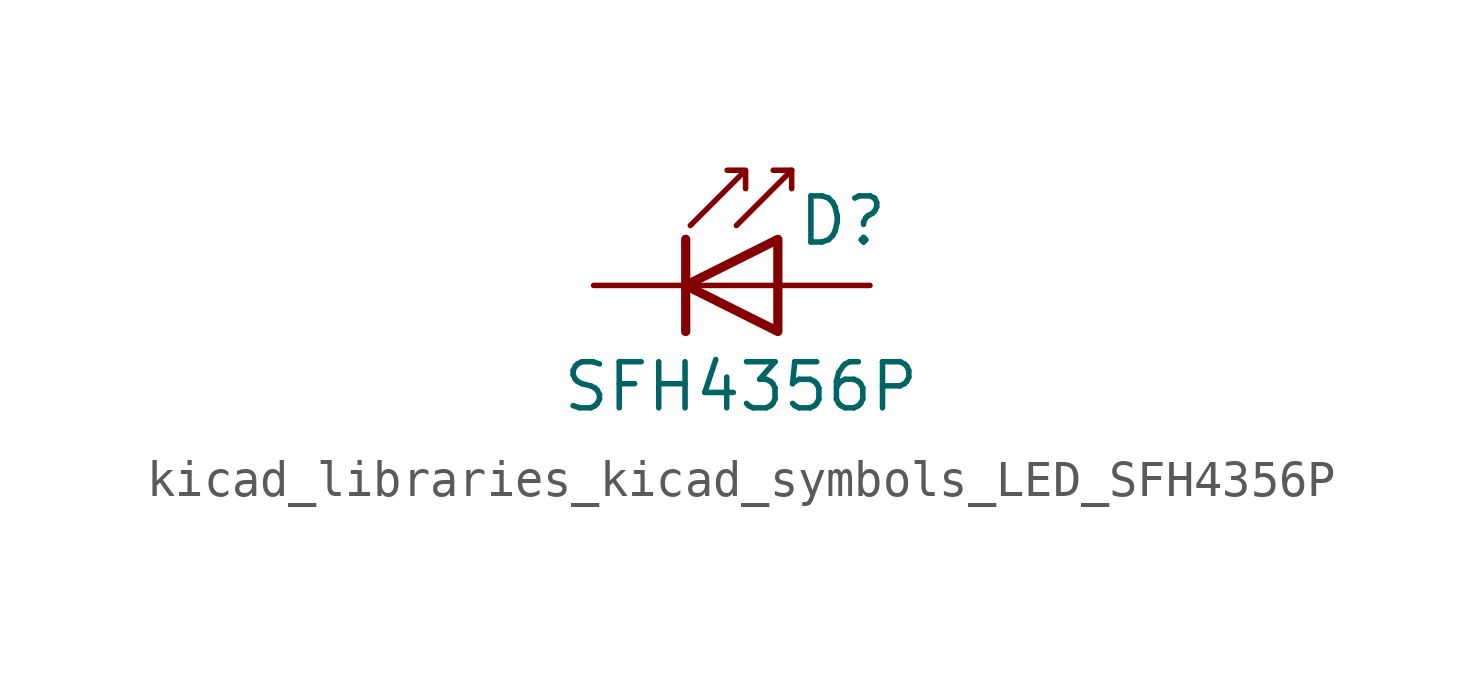
<source format=kicad_sym>
(kicad_symbol_lib
  (version 20220914)
  (generator kicad_symbol_editor)
  (symbol "kicad_libraries_kicad_symbols_LED_SFH4356P"
    (pin_numbers hide)
    (pin_names
      (offset 1.016) hide)
    (property "Reference" "D"
      (at 0.508 1.778 0)
      (effects (font (size 1.27 1.27)) (justify left)))
    (property "Value" "SFH4356P"
      (at -1.016 -2.794 0)
      (effects (font (size 1.27 1.27))))
    (symbol "kicad_libraries_kicad_symbols_LED_SFH4356P_0_1"
      (polyline (pts (xy -2.54 1.27) (xy -2.54 -1.27)) (stroke (width 0.254) (type default)) (fill (type none)))
      (polyline (pts (xy 0 0) (xy -2.54 0)) (stroke (width 0) (type default)) (fill (type none)))
      (polyline (pts (xy 0.381 3.175) (xy -0.127 3.175)) (stroke (width 0) (type default)) (fill (type none)))
      (polyline (pts (xy -1.143 1.651) (xy 0.381 3.175) (xy 0.381 2.667)) (stroke (width 0) (type default)) (fill (type none)))
      (polyline (pts (xy 0 1.27) (xy -2.54 0) (xy 0 -1.27) (xy 0 1.27)) (stroke (width 0.254) (type default)) (fill (type none)))
      (polyline (pts (xy -2.413 1.651) (xy -0.889 3.175) (xy -0.889 2.667) (xy -0.889 3.175) (xy -1.397 3.175)) (stroke (width 0) (type default)) (fill (type none))))
    (symbol "kicad_libraries_kicad_symbols_LED_SFH4356P_1_1"
      (pin passive line (at -5.08 0 0) (length 2.54) (name "K" (effects (font (size 1.27 1.27)))) (number "1" (effects (font (size 1.27 1.27)))))
      (pin passive line (at 2.54 0 180) (length 2.54) (name "A" (effects (font (size 1.27 1.27)))) (number "2" (effects (font (size 1.27 1.27))))))))
</source>
